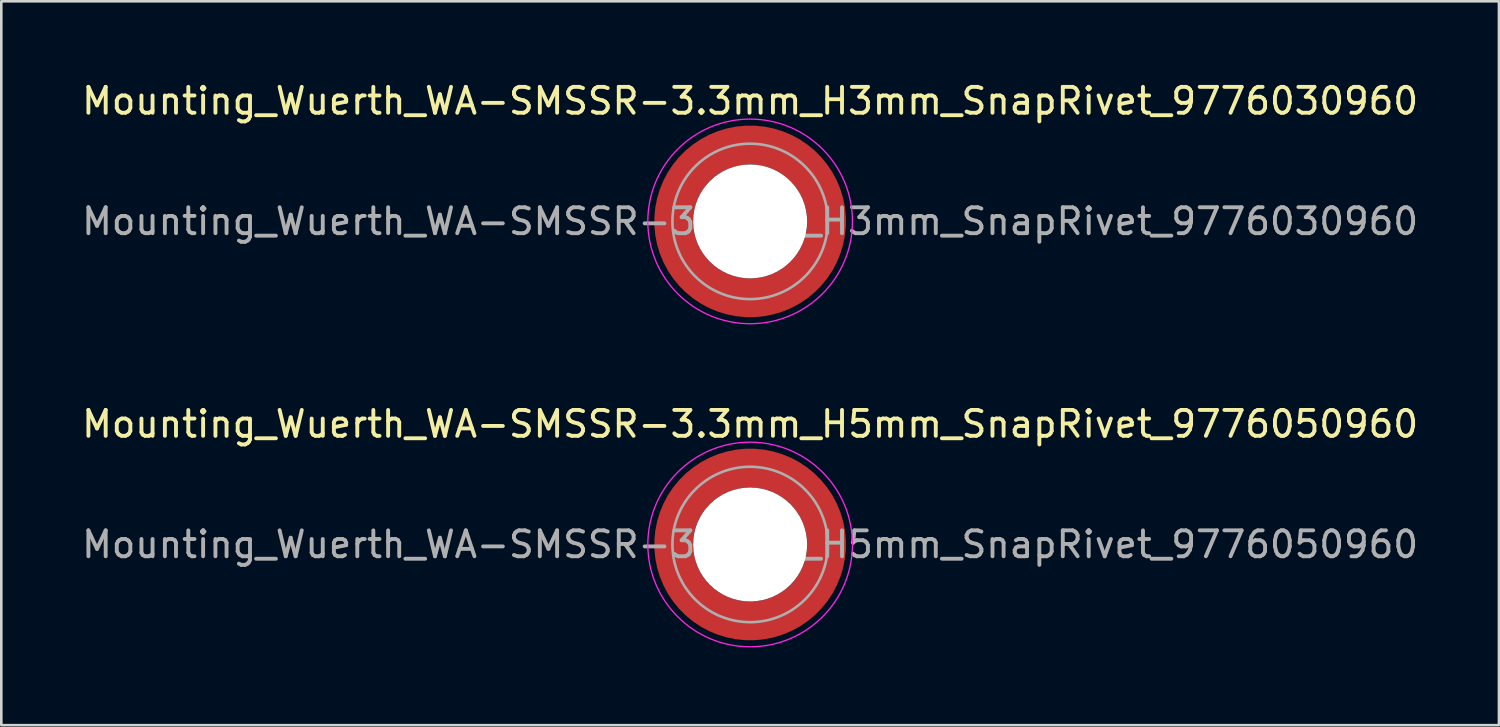
<source format=kicad_pcb>
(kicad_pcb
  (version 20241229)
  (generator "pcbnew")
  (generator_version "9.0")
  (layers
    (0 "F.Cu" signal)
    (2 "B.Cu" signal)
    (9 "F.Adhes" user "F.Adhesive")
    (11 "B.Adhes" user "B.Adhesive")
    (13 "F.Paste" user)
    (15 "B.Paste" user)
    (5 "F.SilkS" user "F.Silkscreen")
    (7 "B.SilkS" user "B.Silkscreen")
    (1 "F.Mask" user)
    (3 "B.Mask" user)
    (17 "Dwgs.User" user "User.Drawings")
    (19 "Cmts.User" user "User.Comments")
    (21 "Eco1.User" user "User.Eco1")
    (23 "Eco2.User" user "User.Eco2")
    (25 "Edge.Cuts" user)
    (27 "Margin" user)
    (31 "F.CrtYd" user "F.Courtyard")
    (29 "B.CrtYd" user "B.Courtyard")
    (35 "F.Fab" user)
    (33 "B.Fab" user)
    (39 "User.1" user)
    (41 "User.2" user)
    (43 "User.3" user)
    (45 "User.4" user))
  (footprint "Mounting_Wuerth_WA-SMSSR-3.3mm_H5mm_SnapRivet_9776050960"
    (layer "F.Cu")
    (at 25.911 17.971)
    (property "Reference" "Mounting_Wuerth_WA-SMSSR-3.3mm_H5mm_SnapRivet_9776050960" (at 0 -4.65 0) (layer "F.SilkS") (effects (font (size 1 1) (thickness 0.15))))
    (attr smd)
    (fp_circle (center 0 0) (end 3.95 0) (stroke (width 0.05) (type solid)) (fill no) (layer "F.CrtYd"))
    (fp_circle (center 0 0) (end 3 0) (stroke (width 0.1) (type solid)) (fill no) (layer "F.Fab"))
    (fp_text user "${REFERENCE}" (at 0 0 0) (layer "F.Fab") (effects (font (size 1 1) (thickness 0.15))))
    (pad "" smd custom (at -2.077 -2.077) (size 0.995 0.995) (layers "F.Paste") (options (anchor circle)) (primitives (gr_arc (start -0.208831 1.577126) (mid 0.422144 0.422848) (end 1.576154 -0.208618) (width 0.2)) (gr_arc (start -0.310669 1.577126) (mid 0.35138 0.352781) (end 1.575188 -0.310262) (width 0.2)) (gr_arc (start -0.412325 1.577126) (mid 0.280305 0.283024) (end 1.573357 -0.411565) (width 0.2)) (gr_arc (start -0.51382 1.577126) (mid 0.210358 0.212139) (end 1.574653 -0.513342) (width 0.2)) (gr_arc (start -0.615172 1.577126) (mid 0.139846 0.141818) (end 1.574384 -0.614661) (width 0.2)) (gr_arc (start -0.716397 1.577126) (mid 0.070334 0.070498) (end 1.576898 -0.716356) (width 0.2)) (gr_arc (start -0.817508 1.577126) (mid -0.001805 0.001806) (end 1.572094 -0.816634) (width 0.2)) (gr_arc (start -0.918517 1.577126) (mid -0.071322 -0.06951) (end 1.574599 -0.918094) (width 0.2)) (gr_arc (start -1.019433 1.577126) (mid -0.141902 -0.139762) (end 1.574138 -1.018949) (width 0.2)) (gr_arc (start -1.120266 1.577126) (mid -0.211736 -0.210761) (end 1.575763 -1.120053) (width 0.2)) (gr_arc (start -1.221022 1.577126) (mid -0.282882 -0.280446) (end 1.57372 -1.220504) (width 0.2)) (gr_arc (start -1.32171 1.577126) (mid -0.353407 -0.350753) (end 1.573414 -1.321162) (width 0.2)) (gr_arc (start -1.422335 1.577126) (mid -0.423311 -0.421682) (end 1.574846 -1.422009) (width 0.2)) (gr_line (start 1.577 -0.209) (end 1.577 -1.422) (width 0.2)) (gr_line (start -0.209 1.577) (end -1.422 1.577) (width 0.2))))
    (pad "" smd custom (at -2.077 2.077) (size 0.995 0.995) (layers "F.Paste") (options (anchor circle)) (primitives (gr_arc (start 1.577126 0.208831) (mid 0.422848 -0.422144) (end -0.208618 -1.576154) (width 0.2)) (gr_arc (start 1.577126 0.310669) (mid 0.352781 -0.35138) (end -0.310262 -1.575188) (width 0.2)) (gr_arc (start 1.577126 0.412325) (mid 0.283024 -0.280305) (end -0.411565 -1.573357) (width 0.2)) (gr_arc (start 1.577126 0.51382) (mid 0.212139 -0.210358) (end -0.513342 -1.574653) (width 0.2)) (gr_arc (start 1.577126 0.615172) (mid 0.141818 -0.139846) (end -0.614661 -1.574384) (width 0.2)) (gr_arc (start 1.577126 0.716397) (mid 0.070498 -0.070334) (end -0.716356 -1.576898) (width 0.2)) (gr_arc (start 1.577126 0.817508) (mid 0.001806 0.001805) (end -0.816634 -1.572094) (width 0.2)) (gr_arc (start 1.577126 0.918517) (mid -0.06951 0.071322) (end -0.918094 -1.574599) (width 0.2)) (gr_arc (start 1.577126 1.019433) (mid -0.139762 0.141902) (end -1.018949 -1.574138) (width 0.2)) (gr_arc (start 1.577126 1.120266) (mid -0.210761 0.211736) (end -1.120053 -1.575763) (width 0.2)) (gr_arc (start 1.577126 1.221022) (mid -0.280446 0.282882) (end -1.220504 -1.57372) (width 0.2)) (gr_arc (start 1.577126 1.32171) (mid -0.350753 0.353407) (end -1.321162 -1.573414) (width 0.2)) (gr_arc (start 1.577126 1.422335) (mid -0.421682 0.423311) (end -1.422009 -1.574846) (width 0.2)) (gr_line (start -0.209 -1.577) (end -1.422 -1.577) (width 0.2)) (gr_line (start 1.577 0.209) (end 1.577 1.422) (width 0.2))))
    (pad "" np_thru_hole circle (at 0 0) (size 4.4 4.4) (drill 4.4) (layers "*.Cu" "*.Mask"))
    (pad "" smd custom (at 2.077 -2.077) (size 0.995 0.995) (layers "F.Paste") (options (anchor circle)) (primitives (gr_arc (start -1.577126 -0.208831) (mid -0.422848 0.422144) (end 0.208618 1.576154) (width 0.2)) (gr_arc (start -1.577126 -0.310669) (mid -0.352781 0.35138) (end 0.310262 1.575188) (width 0.2)) (gr_arc (start -1.577126 -0.412325) (mid -0.283024 0.280305) (end 0.411565 1.573357) (width 0.2)) (gr_arc (start -1.577126 -0.51382) (mid -0.212139 0.210358) (end 0.513342 1.574653) (width 0.2)) (gr_arc (start -1.577126 -0.615172) (mid -0.141818 0.139846) (end 0.614661 1.574384) (width 0.2)) (gr_arc (start -1.577126 -0.716397) (mid -0.070498 0.070334) (end 0.716356 1.576898) (width 0.2)) (gr_arc (start -1.577126 -0.817508) (mid -0.001806 -0.001805) (end 0.816634 1.572094) (width 0.2)) (gr_arc (start -1.577126 -0.918517) (mid 0.06951 -0.071322) (end 0.918094 1.574599) (width 0.2)) (gr_arc (start -1.577126 -1.019433) (mid 0.139762 -0.141902) (end 1.018949 1.574138) (width 0.2)) (gr_arc (start -1.577126 -1.120266) (mid 0.210761 -0.211736) (end 1.120053 1.575763) (width 0.2)) (gr_arc (start -1.577126 -1.221022) (mid 0.280446 -0.282882) (end 1.220504 1.57372) (width 0.2)) (gr_arc (start -1.577126 -1.32171) (mid 0.350753 -0.353407) (end 1.321162 1.573414) (width 0.2)) (gr_arc (start -1.577126 -1.422335) (mid 0.421682 -0.423311) (end 1.422009 1.574846) (width 0.2)) (gr_line (start 0.209 1.577) (end 1.422 1.577) (width 0.2)) (gr_line (start -1.577 -0.209) (end -1.577 -1.422) (width 0.2))))
    (pad "" smd custom (at 2.077 2.077) (size 0.995 0.995) (layers "F.Paste") (options (anchor circle)) (primitives (gr_arc (start 0.208831 -1.577126) (mid -0.422144 -0.422848) (end -1.576154 0.208618) (width 0.2)) (gr_arc (start 0.310669 -1.577126) (mid -0.35138 -0.352781) (end -1.575188 0.310262) (width 0.2)) (gr_arc (start 0.412325 -1.577126) (mid -0.280305 -0.283024) (end -1.573357 0.411565) (width 0.2)) (gr_arc (start 0.51382 -1.577126) (mid -0.210358 -0.212139) (end -1.574653 0.513342) (width 0.2)) (gr_arc (start 0.615172 -1.577126) (mid -0.139846 -0.141818) (end -1.574384 0.614661) (width 0.2)) (gr_arc (start 0.716397 -1.577126) (mid -0.070334 -0.070498) (end -1.576898 0.716356) (width 0.2)) (gr_arc (start 0.817508 -1.577126) (mid 0.001805 -0.001806) (end -1.572094 0.816634) (width 0.2)) (gr_arc (start 0.918517 -1.577126) (mid 0.071322 0.06951) (end -1.574599 0.918094) (width 0.2)) (gr_arc (start 1.019433 -1.577126) (mid 0.141902 0.139762) (end -1.574138 1.018949) (width 0.2)) (gr_arc (start 1.120266 -1.577126) (mid 0.211736 0.210761) (end -1.575763 1.120053) (width 0.2)) (gr_arc (start 1.221022 -1.577126) (mid 0.282882 0.280446) (end -1.57372 1.220504) (width 0.2)) (gr_arc (start 1.32171 -1.577126) (mid 0.353407 0.350753) (end -1.573414 1.321162) (width 0.2)) (gr_arc (start 1.422335 -1.577126) (mid 0.423311 0.421682) (end -1.574846 1.422009) (width 0.2)) (gr_line (start -1.577 0.209) (end -1.577 1.422) (width 0.2)) (gr_line (start 0.209 -1.577) (end 1.422 -1.577) (width 0.2))))
    (pad "1" smd circle (at -2.95 0) (size 1.1 1.1) (layers "F.Cu"))
    (pad "1" smd circle (at 0 -2.95) (size 1.1 1.1) (layers "F.Cu"))
    (pad "1" smd circle (at 0 2.95) (size 1.1 1.1) (layers "F.Cu"))
    (pad "1" smd custom (at 2.95 0) (size 1.1 1.1) (layers "F.Cu" "F.Mask") (options (anchor circle)) (primitives (gr_circle (center -2.95 0) (end 0 0) (width 1.5) (fill no)))))
  (footprint "Mounting_Wuerth_WA-SMSSR-3.3mm_H3mm_SnapRivet_9776030960"
    (layer "F.Cu")
    (at 25.911 5.498)
    (property "Reference" "Mounting_Wuerth_WA-SMSSR-3.3mm_H3mm_SnapRivet_9776030960" (at 0 -4.65 0) (layer "F.SilkS") (effects (font (size 1 1) (thickness 0.15))))
    (attr smd)
    (fp_circle (center 0 0) (end 3.95 0) (stroke (width 0.05) (type solid)) (fill no) (layer "F.CrtYd"))
    (fp_circle (center 0 0) (end 3 0) (stroke (width 0.1) (type solid)) (fill no) (layer "F.Fab"))
    (fp_text user "${REFERENCE}" (at 0 0 0) (layer "F.Fab") (effects (font (size 1 1) (thickness 0.15))))
    (pad "" smd custom (at -2.077 -2.077) (size 0.995 0.995) (layers "F.Paste") (options (anchor circle)) (primitives (gr_arc (start -0.208831 1.577126) (mid 0.422144 0.422848) (end 1.576154 -0.208618) (width 0.2)) (gr_arc (start -0.310669 1.577126) (mid 0.35138 0.352781) (end 1.575188 -0.310262) (width 0.2)) (gr_arc (start -0.412325 1.577126) (mid 0.280305 0.283024) (end 1.573357 -0.411565) (width 0.2)) (gr_arc (start -0.51382 1.577126) (mid 0.210358 0.212139) (end 1.574653 -0.513342) (width 0.2)) (gr_arc (start -0.615172 1.577126) (mid 0.139846 0.141818) (end 1.574384 -0.614661) (width 0.2)) (gr_arc (start -0.716397 1.577126) (mid 0.070334 0.070498) (end 1.576898 -0.716356) (width 0.2)) (gr_arc (start -0.817508 1.577126) (mid -0.001805 0.001806) (end 1.572094 -0.816634) (width 0.2)) (gr_arc (start -0.918517 1.577126) (mid -0.071322 -0.06951) (end 1.574599 -0.918094) (width 0.2)) (gr_arc (start -1.019433 1.577126) (mid -0.141902 -0.139762) (end 1.574138 -1.018949) (width 0.2)) (gr_arc (start -1.120266 1.577126) (mid -0.211736 -0.210761) (end 1.575763 -1.120053) (width 0.2)) (gr_arc (start -1.221022 1.577126) (mid -0.282882 -0.280446) (end 1.57372 -1.220504) (width 0.2)) (gr_arc (start -1.32171 1.577126) (mid -0.353407 -0.350753) (end 1.573414 -1.321162) (width 0.2)) (gr_arc (start -1.422335 1.577126) (mid -0.423311 -0.421682) (end 1.574846 -1.422009) (width 0.2)) (gr_line (start 1.577 -0.209) (end 1.577 -1.422) (width 0.2)) (gr_line (start -0.209 1.577) (end -1.422 1.577) (width 0.2))))
    (pad "" smd custom (at -2.077 2.077) (size 0.995 0.995) (layers "F.Paste") (options (anchor circle)) (primitives (gr_arc (start 1.577126 0.208831) (mid 0.422848 -0.422144) (end -0.208618 -1.576154) (width 0.2)) (gr_arc (start 1.577126 0.310669) (mid 0.352781 -0.35138) (end -0.310262 -1.575188) (width 0.2)) (gr_arc (start 1.577126 0.412325) (mid 0.283024 -0.280305) (end -0.411565 -1.573357) (width 0.2)) (gr_arc (start 1.577126 0.51382) (mid 0.212139 -0.210358) (end -0.513342 -1.574653) (width 0.2)) (gr_arc (start 1.577126 0.615172) (mid 0.141818 -0.139846) (end -0.614661 -1.574384) (width 0.2)) (gr_arc (start 1.577126 0.716397) (mid 0.070498 -0.070334) (end -0.716356 -1.576898) (width 0.2)) (gr_arc (start 1.577126 0.817508) (mid 0.001806 0.001805) (end -0.816634 -1.572094) (width 0.2)) (gr_arc (start 1.577126 0.918517) (mid -0.06951 0.071322) (end -0.918094 -1.574599) (width 0.2)) (gr_arc (start 1.577126 1.019433) (mid -0.139762 0.141902) (end -1.018949 -1.574138) (width 0.2)) (gr_arc (start 1.577126 1.120266) (mid -0.210761 0.211736) (end -1.120053 -1.575763) (width 0.2)) (gr_arc (start 1.577126 1.221022) (mid -0.280446 0.282882) (end -1.220504 -1.57372) (width 0.2)) (gr_arc (start 1.577126 1.32171) (mid -0.350753 0.353407) (end -1.321162 -1.573414) (width 0.2)) (gr_arc (start 1.577126 1.422335) (mid -0.421682 0.423311) (end -1.422009 -1.574846) (width 0.2)) (gr_line (start -0.209 -1.577) (end -1.422 -1.577) (width 0.2)) (gr_line (start 1.577 0.209) (end 1.577 1.422) (width 0.2))))
    (pad "" np_thru_hole circle (at 0 0) (size 4.4 4.4) (drill 4.4) (layers "*.Cu" "*.Mask"))
    (pad "" smd custom (at 2.077 -2.077) (size 0.995 0.995) (layers "F.Paste") (options (anchor circle)) (primitives (gr_arc (start -1.577126 -0.208831) (mid -0.422848 0.422144) (end 0.208618 1.576154) (width 0.2)) (gr_arc (start -1.577126 -0.310669) (mid -0.352781 0.35138) (end 0.310262 1.575188) (width 0.2)) (gr_arc (start -1.577126 -0.412325) (mid -0.283024 0.280305) (end 0.411565 1.573357) (width 0.2)) (gr_arc (start -1.577126 -0.51382) (mid -0.212139 0.210358) (end 0.513342 1.574653) (width 0.2)) (gr_arc (start -1.577126 -0.615172) (mid -0.141818 0.139846) (end 0.614661 1.574384) (width 0.2)) (gr_arc (start -1.577126 -0.716397) (mid -0.070498 0.070334) (end 0.716356 1.576898) (width 0.2)) (gr_arc (start -1.577126 -0.817508) (mid -0.001806 -0.001805) (end 0.816634 1.572094) (width 0.2)) (gr_arc (start -1.577126 -0.918517) (mid 0.06951 -0.071322) (end 0.918094 1.574599) (width 0.2)) (gr_arc (start -1.577126 -1.019433) (mid 0.139762 -0.141902) (end 1.018949 1.574138) (width 0.2)) (gr_arc (start -1.577126 -1.120266) (mid 0.210761 -0.211736) (end 1.120053 1.575763) (width 0.2)) (gr_arc (start -1.577126 -1.221022) (mid 0.280446 -0.282882) (end 1.220504 1.57372) (width 0.2)) (gr_arc (start -1.577126 -1.32171) (mid 0.350753 -0.353407) (end 1.321162 1.573414) (width 0.2)) (gr_arc (start -1.577126 -1.422335) (mid 0.421682 -0.423311) (end 1.422009 1.574846) (width 0.2)) (gr_line (start 0.209 1.577) (end 1.422 1.577) (width 0.2)) (gr_line (start -1.577 -0.209) (end -1.577 -1.422) (width 0.2))))
    (pad "" smd custom (at 2.077 2.077) (size 0.995 0.995) (layers "F.Paste") (options (anchor circle)) (primitives (gr_arc (start 0.208831 -1.577126) (mid -0.422144 -0.422848) (end -1.576154 0.208618) (width 0.2)) (gr_arc (start 0.310669 -1.577126) (mid -0.35138 -0.352781) (end -1.575188 0.310262) (width 0.2)) (gr_arc (start 0.412325 -1.577126) (mid -0.280305 -0.283024) (end -1.573357 0.411565) (width 0.2)) (gr_arc (start 0.51382 -1.577126) (mid -0.210358 -0.212139) (end -1.574653 0.513342) (width 0.2)) (gr_arc (start 0.615172 -1.577126) (mid -0.139846 -0.141818) (end -1.574384 0.614661) (width 0.2)) (gr_arc (start 0.716397 -1.577126) (mid -0.070334 -0.070498) (end -1.576898 0.716356) (width 0.2)) (gr_arc (start 0.817508 -1.577126) (mid 0.001805 -0.001806) (end -1.572094 0.816634) (width 0.2)) (gr_arc (start 0.918517 -1.577126) (mid 0.071322 0.06951) (end -1.574599 0.918094) (width 0.2)) (gr_arc (start 1.019433 -1.577126) (mid 0.141902 0.139762) (end -1.574138 1.018949) (width 0.2)) (gr_arc (start 1.120266 -1.577126) (mid 0.211736 0.210761) (end -1.575763 1.120053) (width 0.2)) (gr_arc (start 1.221022 -1.577126) (mid 0.282882 0.280446) (end -1.57372 1.220504) (width 0.2)) (gr_arc (start 1.32171 -1.577126) (mid 0.353407 0.350753) (end -1.573414 1.321162) (width 0.2)) (gr_arc (start 1.422335 -1.577126) (mid 0.423311 0.421682) (end -1.574846 1.422009) (width 0.2)) (gr_line (start -1.577 0.209) (end -1.577 1.422) (width 0.2)) (gr_line (start 0.209 -1.577) (end 1.422 -1.577) (width 0.2))))
    (pad "1" smd circle (at -2.95 0) (size 1.1 1.1) (layers "F.Cu"))
    (pad "1" smd circle (at 0 -2.95) (size 1.1 1.1) (layers "F.Cu"))
    (pad "1" smd circle (at 0 2.95) (size 1.1 1.1) (layers "F.Cu"))
    (pad "1" smd custom (at 2.95 0) (size 1.1 1.1) (layers "F.Cu" "F.Mask") (options (anchor circle)) (primitives (gr_circle (center -2.95 0) (end 0 0) (width 1.5) (fill no)))))
  (gr_rect
    (start -3 -3)
    (end 54.821 24.947)
    (stroke (width 0.1) (type default))
    (fill no)
    (layer "Edge.Cuts")))
</source>
